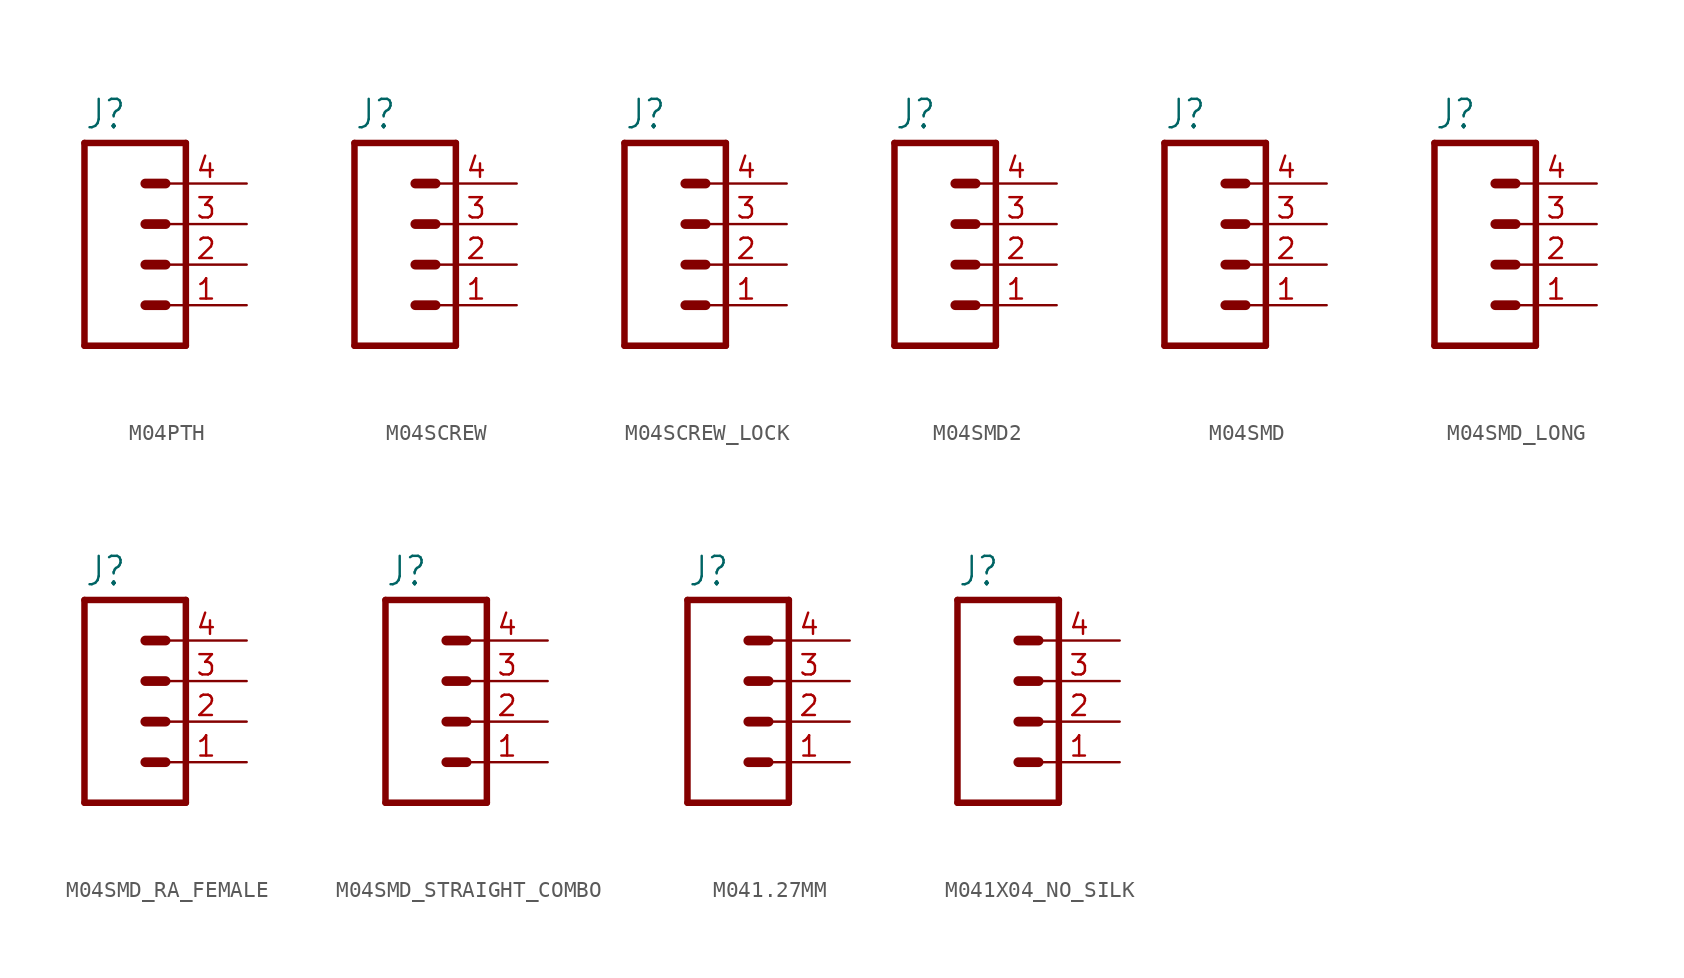
<source format=kicad_sym>
(kicad_symbol_lib
  (version 20220914)
  (generator kicad_symbol_editor)
  (symbol "M04PTH"
    (property "Reference" "J"
      (at -5.08 8.382 0)
      (effects (font (size 1.778 1.511)) (justify left bottom)))
    (property "Value" ""
      (at -5.08 -7.62 0)
      (effects (font (size 1.778 1.511)) (justify left bottom)))
    (property "ki_locked" ""
      (at 0 0 0)
      (effects (font (size 1.27 1.27))))
    (symbol "M04PTH_1_0"
      (polyline (pts (xy -5.08 7.62) (xy -5.08 -5.08)) (stroke (width 0.406) (type solid)) (fill (type none)))
      (polyline (pts (xy -5.08 7.62) (xy 1.27 7.62)) (stroke (width 0.406) (type solid)) (fill (type none)))
      (polyline (pts (xy -1.27 -2.54) (xy 0 -2.54)) (stroke (width 0.61) (type solid)) (fill (type none)))
      (polyline (pts (xy -1.27 0) (xy 0 0)) (stroke (width 0.61) (type solid)) (fill (type none)))
      (polyline (pts (xy -1.27 2.54) (xy 0 2.54)) (stroke (width 0.61) (type solid)) (fill (type none)))
      (polyline (pts (xy -1.27 5.08) (xy 0 5.08)) (stroke (width 0.61) (type solid)) (fill (type none)))
      (polyline (pts (xy 1.27 -5.08) (xy -5.08 -5.08)) (stroke (width 0.406) (type solid)) (fill (type none)))
      (polyline (pts (xy 1.27 -5.08) (xy 1.27 7.62)) (stroke (width 0.406) (type solid)) (fill (type none)))
      (pin passive line (at 5.08 -2.54 180) (length 5.08) (name "1" (effects (font (size 0 0)))) (number "1" (effects (font (size 1.27 1.27)))))
      (pin passive line (at 5.08 0 180) (length 5.08) (name "2" (effects (font (size 0 0)))) (number "2" (effects (font (size 1.27 1.27)))))
      (pin passive line (at 5.08 2.54 180) (length 5.08) (name "3" (effects (font (size 0 0)))) (number "3" (effects (font (size 1.27 1.27)))))
      (pin passive line (at 5.08 5.08 180) (length 5.08) (name "4" (effects (font (size 0 0)))) (number "4" (effects (font (size 1.27 1.27)))))))
  (symbol "M04SCREW"
    (property "Reference" "J"
      (at -5.08 8.382 0)
      (effects (font (size 1.778 1.511)) (justify left bottom)))
    (property "Value" ""
      (at -5.08 -7.62 0)
      (effects (font (size 1.778 1.511)) (justify left bottom)))
    (property "ki_locked" ""
      (at 0 0 0)
      (effects (font (size 1.27 1.27))))
    (symbol "M04SCREW_1_0"
      (polyline (pts (xy -5.08 7.62) (xy -5.08 -5.08)) (stroke (width 0.406) (type solid)) (fill (type none)))
      (polyline (pts (xy -5.08 7.62) (xy 1.27 7.62)) (stroke (width 0.406) (type solid)) (fill (type none)))
      (polyline (pts (xy -1.27 -2.54) (xy 0 -2.54)) (stroke (width 0.61) (type solid)) (fill (type none)))
      (polyline (pts (xy -1.27 0) (xy 0 0)) (stroke (width 0.61) (type solid)) (fill (type none)))
      (polyline (pts (xy -1.27 2.54) (xy 0 2.54)) (stroke (width 0.61) (type solid)) (fill (type none)))
      (polyline (pts (xy -1.27 5.08) (xy 0 5.08)) (stroke (width 0.61) (type solid)) (fill (type none)))
      (polyline (pts (xy 1.27 -5.08) (xy -5.08 -5.08)) (stroke (width 0.406) (type solid)) (fill (type none)))
      (polyline (pts (xy 1.27 -5.08) (xy 1.27 7.62)) (stroke (width 0.406) (type solid)) (fill (type none)))
      (pin passive line (at 5.08 -2.54 180) (length 5.08) (name "1" (effects (font (size 0 0)))) (number "1" (effects (font (size 1.27 1.27)))))
      (pin passive line (at 5.08 0 180) (length 5.08) (name "2" (effects (font (size 0 0)))) (number "2" (effects (font (size 1.27 1.27)))))
      (pin passive line (at 5.08 2.54 180) (length 5.08) (name "3" (effects (font (size 0 0)))) (number "3" (effects (font (size 1.27 1.27)))))
      (pin passive line (at 5.08 5.08 180) (length 5.08) (name "4" (effects (font (size 0 0)))) (number "4" (effects (font (size 1.27 1.27)))))))
  (symbol "M04SCREW_LOCK"
    (property "Reference" "J"
      (at -5.08 8.382 0)
      (effects (font (size 1.778 1.511)) (justify left bottom)))
    (property "Value" ""
      (at -5.08 -7.62 0)
      (effects (font (size 1.778 1.511)) (justify left bottom)))
    (property "ki_locked" ""
      (at 0 0 0)
      (effects (font (size 1.27 1.27))))
    (symbol "M04SCREW_LOCK_1_0"
      (polyline (pts (xy -5.08 7.62) (xy -5.08 -5.08)) (stroke (width 0.406) (type solid)) (fill (type none)))
      (polyline (pts (xy -5.08 7.62) (xy 1.27 7.62)) (stroke (width 0.406) (type solid)) (fill (type none)))
      (polyline (pts (xy -1.27 -2.54) (xy 0 -2.54)) (stroke (width 0.61) (type solid)) (fill (type none)))
      (polyline (pts (xy -1.27 0) (xy 0 0)) (stroke (width 0.61) (type solid)) (fill (type none)))
      (polyline (pts (xy -1.27 2.54) (xy 0 2.54)) (stroke (width 0.61) (type solid)) (fill (type none)))
      (polyline (pts (xy -1.27 5.08) (xy 0 5.08)) (stroke (width 0.61) (type solid)) (fill (type none)))
      (polyline (pts (xy 1.27 -5.08) (xy -5.08 -5.08)) (stroke (width 0.406) (type solid)) (fill (type none)))
      (polyline (pts (xy 1.27 -5.08) (xy 1.27 7.62)) (stroke (width 0.406) (type solid)) (fill (type none)))
      (pin passive line (at 5.08 -2.54 180) (length 5.08) (name "1" (effects (font (size 0 0)))) (number "1" (effects (font (size 1.27 1.27)))))
      (pin passive line (at 5.08 0 180) (length 5.08) (name "2" (effects (font (size 0 0)))) (number "2" (effects (font (size 1.27 1.27)))))
      (pin passive line (at 5.08 2.54 180) (length 5.08) (name "3" (effects (font (size 0 0)))) (number "3" (effects (font (size 1.27 1.27)))))
      (pin passive line (at 5.08 5.08 180) (length 5.08) (name "4" (effects (font (size 0 0)))) (number "4" (effects (font (size 1.27 1.27)))))))
  (symbol "M04SMD2"
    (property "Reference" "J"
      (at -5.08 8.382 0)
      (effects (font (size 1.778 1.511)) (justify left bottom)))
    (property "Value" ""
      (at -5.08 -7.62 0)
      (effects (font (size 1.778 1.511)) (justify left bottom)))
    (property "ki_locked" ""
      (at 0 0 0)
      (effects (font (size 1.27 1.27))))
    (symbol "M04SMD2_1_0"
      (polyline (pts (xy -5.08 7.62) (xy -5.08 -5.08)) (stroke (width 0.406) (type solid)) (fill (type none)))
      (polyline (pts (xy -5.08 7.62) (xy 1.27 7.62)) (stroke (width 0.406) (type solid)) (fill (type none)))
      (polyline (pts (xy -1.27 -2.54) (xy 0 -2.54)) (stroke (width 0.61) (type solid)) (fill (type none)))
      (polyline (pts (xy -1.27 0) (xy 0 0)) (stroke (width 0.61) (type solid)) (fill (type none)))
      (polyline (pts (xy -1.27 2.54) (xy 0 2.54)) (stroke (width 0.61) (type solid)) (fill (type none)))
      (polyline (pts (xy -1.27 5.08) (xy 0 5.08)) (stroke (width 0.61) (type solid)) (fill (type none)))
      (polyline (pts (xy 1.27 -5.08) (xy -5.08 -5.08)) (stroke (width 0.406) (type solid)) (fill (type none)))
      (polyline (pts (xy 1.27 -5.08) (xy 1.27 7.62)) (stroke (width 0.406) (type solid)) (fill (type none)))
      (pin passive line (at 5.08 -2.54 180) (length 5.08) (name "1" (effects (font (size 0 0)))) (number "1" (effects (font (size 1.27 1.27)))))
      (pin passive line (at 5.08 0 180) (length 5.08) (name "2" (effects (font (size 0 0)))) (number "2" (effects (font (size 1.27 1.27)))))
      (pin passive line (at 5.08 2.54 180) (length 5.08) (name "3" (effects (font (size 0 0)))) (number "3" (effects (font (size 1.27 1.27)))))
      (pin passive line (at 5.08 5.08 180) (length 5.08) (name "4" (effects (font (size 0 0)))) (number "4" (effects (font (size 1.27 1.27)))))))
  (symbol "M04SMD"
    (property "Reference" "J"
      (at -5.08 8.382 0)
      (effects (font (size 1.778 1.511)) (justify left bottom)))
    (property "Value" ""
      (at -5.08 -7.62 0)
      (effects (font (size 1.778 1.511)) (justify left bottom)))
    (property "ki_locked" ""
      (at 0 0 0)
      (effects (font (size 1.27 1.27))))
    (symbol "M04SMD_1_0"
      (polyline (pts (xy -5.08 7.62) (xy -5.08 -5.08)) (stroke (width 0.406) (type solid)) (fill (type none)))
      (polyline (pts (xy -5.08 7.62) (xy 1.27 7.62)) (stroke (width 0.406) (type solid)) (fill (type none)))
      (polyline (pts (xy -1.27 -2.54) (xy 0 -2.54)) (stroke (width 0.61) (type solid)) (fill (type none)))
      (polyline (pts (xy -1.27 0) (xy 0 0)) (stroke (width 0.61) (type solid)) (fill (type none)))
      (polyline (pts (xy -1.27 2.54) (xy 0 2.54)) (stroke (width 0.61) (type solid)) (fill (type none)))
      (polyline (pts (xy -1.27 5.08) (xy 0 5.08)) (stroke (width 0.61) (type solid)) (fill (type none)))
      (polyline (pts (xy 1.27 -5.08) (xy -5.08 -5.08)) (stroke (width 0.406) (type solid)) (fill (type none)))
      (polyline (pts (xy 1.27 -5.08) (xy 1.27 7.62)) (stroke (width 0.406) (type solid)) (fill (type none)))
      (pin passive line (at 5.08 -2.54 180) (length 5.08) (name "1" (effects (font (size 0 0)))) (number "1" (effects (font (size 1.27 1.27)))))
      (pin passive line (at 5.08 0 180) (length 5.08) (name "2" (effects (font (size 0 0)))) (number "2" (effects (font (size 1.27 1.27)))))
      (pin passive line (at 5.08 2.54 180) (length 5.08) (name "3" (effects (font (size 0 0)))) (number "3" (effects (font (size 1.27 1.27)))))
      (pin passive line (at 5.08 5.08 180) (length 5.08) (name "4" (effects (font (size 0 0)))) (number "4" (effects (font (size 1.27 1.27)))))))
  (symbol "M04SMD_LONG"
    (property "Reference" "J"
      (at -5.08 8.382 0)
      (effects (font (size 1.778 1.511)) (justify left bottom)))
    (property "Value" ""
      (at -5.08 -7.62 0)
      (effects (font (size 1.778 1.511)) (justify left bottom)))
    (property "ki_locked" ""
      (at 0 0 0)
      (effects (font (size 1.27 1.27))))
    (symbol "M04SMD_LONG_1_0"
      (polyline (pts (xy -5.08 7.62) (xy -5.08 -5.08)) (stroke (width 0.406) (type solid)) (fill (type none)))
      (polyline (pts (xy -5.08 7.62) (xy 1.27 7.62)) (stroke (width 0.406) (type solid)) (fill (type none)))
      (polyline (pts (xy -1.27 -2.54) (xy 0 -2.54)) (stroke (width 0.61) (type solid)) (fill (type none)))
      (polyline (pts (xy -1.27 0) (xy 0 0)) (stroke (width 0.61) (type solid)) (fill (type none)))
      (polyline (pts (xy -1.27 2.54) (xy 0 2.54)) (stroke (width 0.61) (type solid)) (fill (type none)))
      (polyline (pts (xy -1.27 5.08) (xy 0 5.08)) (stroke (width 0.61) (type solid)) (fill (type none)))
      (polyline (pts (xy 1.27 -5.08) (xy -5.08 -5.08)) (stroke (width 0.406) (type solid)) (fill (type none)))
      (polyline (pts (xy 1.27 -5.08) (xy 1.27 7.62)) (stroke (width 0.406) (type solid)) (fill (type none)))
      (pin passive line (at 5.08 -2.54 180) (length 5.08) (name "1" (effects (font (size 0 0)))) (number "1" (effects (font (size 1.27 1.27)))))
      (pin passive line (at 5.08 0 180) (length 5.08) (name "2" (effects (font (size 0 0)))) (number "2" (effects (font (size 1.27 1.27)))))
      (pin passive line (at 5.08 2.54 180) (length 5.08) (name "3" (effects (font (size 0 0)))) (number "3" (effects (font (size 1.27 1.27)))))
      (pin passive line (at 5.08 5.08 180) (length 5.08) (name "4" (effects (font (size 0 0)))) (number "4" (effects (font (size 1.27 1.27)))))))
  (symbol "M04SMD_RA_FEMALE"
    (property "Reference" "J"
      (at -5.08 8.382 0)
      (effects (font (size 1.778 1.511)) (justify left bottom)))
    (property "Value" ""
      (at -5.08 -7.62 0)
      (effects (font (size 1.778 1.511)) (justify left bottom)))
    (property "ki_locked" ""
      (at 0 0 0)
      (effects (font (size 1.27 1.27))))
    (symbol "M04SMD_RA_FEMALE_1_0"
      (polyline (pts (xy -5.08 7.62) (xy -5.08 -5.08)) (stroke (width 0.406) (type solid)) (fill (type none)))
      (polyline (pts (xy -5.08 7.62) (xy 1.27 7.62)) (stroke (width 0.406) (type solid)) (fill (type none)))
      (polyline (pts (xy -1.27 -2.54) (xy 0 -2.54)) (stroke (width 0.61) (type solid)) (fill (type none)))
      (polyline (pts (xy -1.27 0) (xy 0 0)) (stroke (width 0.61) (type solid)) (fill (type none)))
      (polyline (pts (xy -1.27 2.54) (xy 0 2.54)) (stroke (width 0.61) (type solid)) (fill (type none)))
      (polyline (pts (xy -1.27 5.08) (xy 0 5.08)) (stroke (width 0.61) (type solid)) (fill (type none)))
      (polyline (pts (xy 1.27 -5.08) (xy -5.08 -5.08)) (stroke (width 0.406) (type solid)) (fill (type none)))
      (polyline (pts (xy 1.27 -5.08) (xy 1.27 7.62)) (stroke (width 0.406) (type solid)) (fill (type none)))
      (pin passive line (at 5.08 -2.54 180) (length 5.08) (name "1" (effects (font (size 0 0)))) (number "1" (effects (font (size 1.27 1.27)))))
      (pin passive line (at 5.08 0 180) (length 5.08) (name "2" (effects (font (size 0 0)))) (number "2" (effects (font (size 1.27 1.27)))))
      (pin passive line (at 5.08 2.54 180) (length 5.08) (name "3" (effects (font (size 0 0)))) (number "3" (effects (font (size 1.27 1.27)))))
      (pin passive line (at 5.08 5.08 180) (length 5.08) (name "4" (effects (font (size 0 0)))) (number "4" (effects (font (size 1.27 1.27)))))))
  (symbol "M04SMD_STRAIGHT_COMBO"
    (property "Reference" "J"
      (at -5.08 8.382 0)
      (effects (font (size 1.778 1.511)) (justify left bottom)))
    (property "Value" ""
      (at -5.08 -7.62 0)
      (effects (font (size 1.778 1.511)) (justify left bottom)))
    (property "ki_locked" ""
      (at 0 0 0)
      (effects (font (size 1.27 1.27))))
    (symbol "M04SMD_STRAIGHT_COMBO_1_0"
      (polyline (pts (xy -5.08 7.62) (xy -5.08 -5.08)) (stroke (width 0.406) (type solid)) (fill (type none)))
      (polyline (pts (xy -5.08 7.62) (xy 1.27 7.62)) (stroke (width 0.406) (type solid)) (fill (type none)))
      (polyline (pts (xy -1.27 -2.54) (xy 0 -2.54)) (stroke (width 0.61) (type solid)) (fill (type none)))
      (polyline (pts (xy -1.27 0) (xy 0 0)) (stroke (width 0.61) (type solid)) (fill (type none)))
      (polyline (pts (xy -1.27 2.54) (xy 0 2.54)) (stroke (width 0.61) (type solid)) (fill (type none)))
      (polyline (pts (xy -1.27 5.08) (xy 0 5.08)) (stroke (width 0.61) (type solid)) (fill (type none)))
      (polyline (pts (xy 1.27 -5.08) (xy -5.08 -5.08)) (stroke (width 0.406) (type solid)) (fill (type none)))
      (polyline (pts (xy 1.27 -5.08) (xy 1.27 7.62)) (stroke (width 0.406) (type solid)) (fill (type none)))
      (pin passive line (at 5.08 -2.54 180) (length 5.08) (name "1" (effects (font (size 0 0)))) (number "1" (effects (font (size 1.27 1.27)))))
      (pin passive line (at 5.08 0 180) (length 5.08) (name "2" (effects (font (size 0 0)))) (number "2" (effects (font (size 1.27 1.27)))))
      (pin passive line (at 5.08 2.54 180) (length 5.08) (name "3" (effects (font (size 0 0)))) (number "3" (effects (font (size 1.27 1.27)))))
      (pin passive line (at 5.08 5.08 180) (length 5.08) (name "4" (effects (font (size 0 0)))) (number "4" (effects (font (size 1.27 1.27)))))))
  (symbol "M041.27MM"
    (property "Reference" "J"
      (at -5.08 8.382 0)
      (effects (font (size 1.778 1.511)) (justify left bottom)))
    (property "Value" ""
      (at -5.08 -7.62 0)
      (effects (font (size 1.778 1.511)) (justify left bottom)))
    (property "ki_locked" ""
      (at 0 0 0)
      (effects (font (size 1.27 1.27))))
    (symbol "M041.27MM_1_0"
      (polyline (pts (xy -5.08 7.62) (xy -5.08 -5.08)) (stroke (width 0.406) (type solid)) (fill (type none)))
      (polyline (pts (xy -5.08 7.62) (xy 1.27 7.62)) (stroke (width 0.406) (type solid)) (fill (type none)))
      (polyline (pts (xy -1.27 -2.54) (xy 0 -2.54)) (stroke (width 0.61) (type solid)) (fill (type none)))
      (polyline (pts (xy -1.27 0) (xy 0 0)) (stroke (width 0.61) (type solid)) (fill (type none)))
      (polyline (pts (xy -1.27 2.54) (xy 0 2.54)) (stroke (width 0.61) (type solid)) (fill (type none)))
      (polyline (pts (xy -1.27 5.08) (xy 0 5.08)) (stroke (width 0.61) (type solid)) (fill (type none)))
      (polyline (pts (xy 1.27 -5.08) (xy -5.08 -5.08)) (stroke (width 0.406) (type solid)) (fill (type none)))
      (polyline (pts (xy 1.27 -5.08) (xy 1.27 7.62)) (stroke (width 0.406) (type solid)) (fill (type none)))
      (pin passive line (at 5.08 -2.54 180) (length 5.08) (name "1" (effects (font (size 0 0)))) (number "1" (effects (font (size 1.27 1.27)))))
      (pin passive line (at 5.08 0 180) (length 5.08) (name "2" (effects (font (size 0 0)))) (number "2" (effects (font (size 1.27 1.27)))))
      (pin passive line (at 5.08 2.54 180) (length 5.08) (name "3" (effects (font (size 0 0)))) (number "3" (effects (font (size 1.27 1.27)))))
      (pin passive line (at 5.08 5.08 180) (length 5.08) (name "4" (effects (font (size 0 0)))) (number "4" (effects (font (size 1.27 1.27)))))))
  (symbol "M041X04_NO_SILK"
    (property "Reference" "J"
      (at -5.08 8.382 0)
      (effects (font (size 1.778 1.511)) (justify left bottom)))
    (property "Value" ""
      (at -5.08 -7.62 0)
      (effects (font (size 1.778 1.511)) (justify left bottom)))
    (property "ki_locked" ""
      (at 0 0 0)
      (effects (font (size 1.27 1.27))))
    (symbol "M041X04_NO_SILK_1_0"
      (polyline (pts (xy -5.08 7.62) (xy -5.08 -5.08)) (stroke (width 0.406) (type solid)) (fill (type none)))
      (polyline (pts (xy -5.08 7.62) (xy 1.27 7.62)) (stroke (width 0.406) (type solid)) (fill (type none)))
      (polyline (pts (xy -1.27 -2.54) (xy 0 -2.54)) (stroke (width 0.61) (type solid)) (fill (type none)))
      (polyline (pts (xy -1.27 0) (xy 0 0)) (stroke (width 0.61) (type solid)) (fill (type none)))
      (polyline (pts (xy -1.27 2.54) (xy 0 2.54)) (stroke (width 0.61) (type solid)) (fill (type none)))
      (polyline (pts (xy -1.27 5.08) (xy 0 5.08)) (stroke (width 0.61) (type solid)) (fill (type none)))
      (polyline (pts (xy 1.27 -5.08) (xy -5.08 -5.08)) (stroke (width 0.406) (type solid)) (fill (type none)))
      (polyline (pts (xy 1.27 -5.08) (xy 1.27 7.62)) (stroke (width 0.406) (type solid)) (fill (type none)))
      (pin passive line (at 5.08 -2.54 180) (length 5.08) (name "1" (effects (font (size 0 0)))) (number "1" (effects (font (size 1.27 1.27)))))
      (pin passive line (at 5.08 0 180) (length 5.08) (name "2" (effects (font (size 0 0)))) (number "2" (effects (font (size 1.27 1.27)))))
      (pin passive line (at 5.08 2.54 180) (length 5.08) (name "3" (effects (font (size 0 0)))) (number "3" (effects (font (size 1.27 1.27)))))
      (pin passive line (at 5.08 5.08 180) (length 5.08) (name "4" (effects (font (size 0 0)))) (number "4" (effects (font (size 1.27 1.27))))))))
</source>
